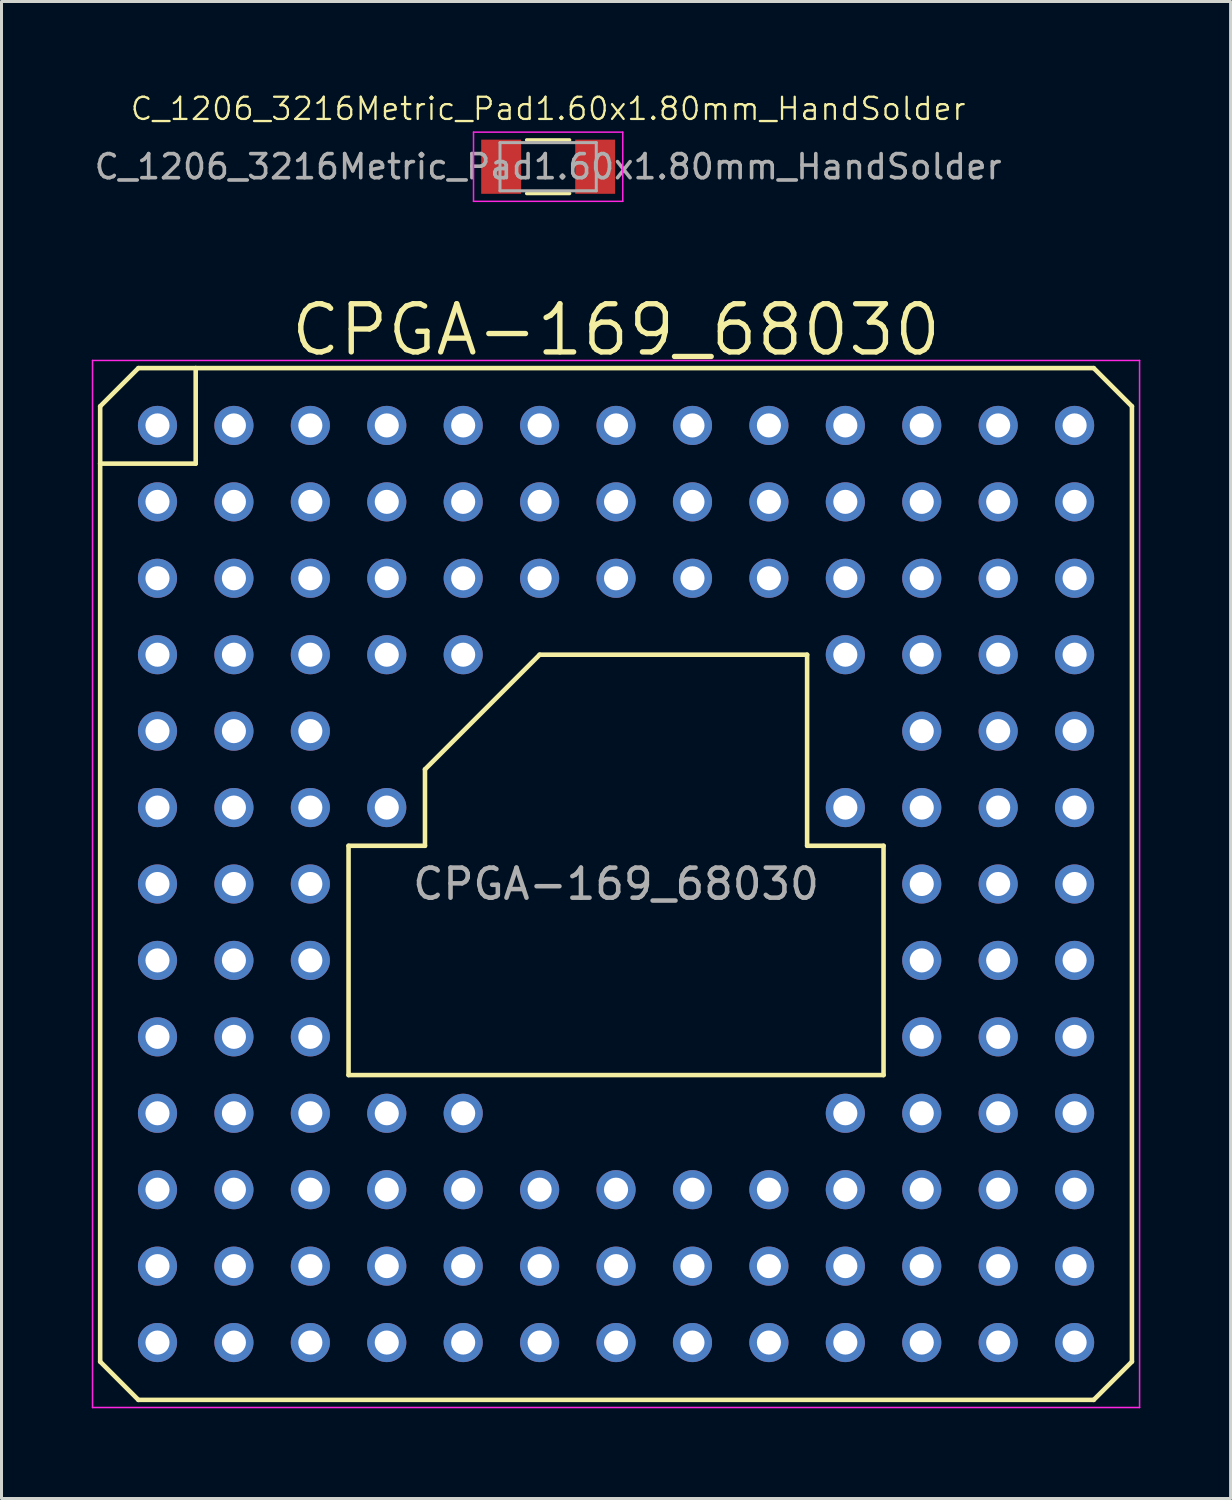
<source format=kicad_pcb>
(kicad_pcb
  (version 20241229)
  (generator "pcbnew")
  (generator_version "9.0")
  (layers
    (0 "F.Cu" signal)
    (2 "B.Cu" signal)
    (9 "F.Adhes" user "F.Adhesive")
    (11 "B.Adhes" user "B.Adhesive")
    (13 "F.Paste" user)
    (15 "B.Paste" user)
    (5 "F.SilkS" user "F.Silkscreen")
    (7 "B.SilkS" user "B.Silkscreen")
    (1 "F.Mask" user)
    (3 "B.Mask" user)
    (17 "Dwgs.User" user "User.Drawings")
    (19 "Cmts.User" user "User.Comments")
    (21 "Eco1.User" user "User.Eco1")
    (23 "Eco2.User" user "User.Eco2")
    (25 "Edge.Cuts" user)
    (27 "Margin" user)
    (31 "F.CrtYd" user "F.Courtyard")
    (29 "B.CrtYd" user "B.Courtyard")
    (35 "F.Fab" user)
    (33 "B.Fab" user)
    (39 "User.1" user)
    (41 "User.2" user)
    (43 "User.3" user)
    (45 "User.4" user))
  (footprint "CPGA-169_68030"
    (layer "F.Cu")
    (at 17.424 26.329)
    (property "Reference" "CPGA-169_68030" (at 0 -18.415 0) (layer "F.SilkS") (effects (font (size 1.6 1.6) (thickness 0.178))))
    (attr smd)
    (fp_line (start -17.145 -15.875) (end -15.875 -17.145) (stroke (width 0.152) (type solid)) (layer "F.SilkS"))
    (fp_line (start -17.145 -13.97) (end -17.145 -15.875) (stroke (width 0.152) (type solid)) (layer "F.SilkS"))
    (fp_line (start -17.145 15.875) (end -17.145 -13.97) (stroke (width 0.152) (type solid)) (layer "F.SilkS"))
    (fp_line (start -15.875 17.145) (end -17.145 15.875) (stroke (width 0.152) (type solid)) (layer "F.SilkS"))
    (fp_line (start -13.97 -17.145) (end -15.875 -17.145) (stroke (width 0.152) (type solid)) (layer "F.SilkS"))
    (fp_line (start -13.97 -17.145) (end 15.875 -17.145) (stroke (width 0.152) (type solid)) (layer "F.SilkS"))
    (fp_line (start -13.97 -13.97) (end -17.145 -13.97) (stroke (width 0.152) (type solid)) (layer "F.SilkS"))
    (fp_line (start -13.97 -13.97) (end -13.97 -17.145) (stroke (width 0.152) (type solid)) (layer "F.SilkS"))
    (fp_line (start -8.89 -1.27) (end -6.35 -1.27) (stroke (width 0.152) (type solid)) (layer "F.SilkS"))
    (fp_line (start -8.89 6.35) (end -8.89 -1.27) (stroke (width 0.152) (type solid)) (layer "F.SilkS"))
    (fp_line (start -6.35 -3.81) (end -2.54 -7.62) (stroke (width 0.152) (type solid)) (layer "F.SilkS"))
    (fp_line (start -6.35 -1.27) (end -6.35 -3.81) (stroke (width 0.152) (type solid)) (layer "F.SilkS"))
    (fp_line (start -2.54 -7.62) (end 6.35 -7.62) (stroke (width 0.152) (type solid)) (layer "F.SilkS"))
    (fp_line (start 6.35 -7.62) (end 6.35 -1.27) (stroke (width 0.152) (type solid)) (layer "F.SilkS"))
    (fp_line (start 6.35 -1.27) (end 8.89 -1.27) (stroke (width 0.152) (type solid)) (layer "F.SilkS"))
    (fp_line (start 8.89 -1.27) (end 8.89 6.35) (stroke (width 0.152) (type solid)) (layer "F.SilkS"))
    (fp_line (start 8.89 6.35) (end -8.89 6.35) (stroke (width 0.152) (type solid)) (layer "F.SilkS"))
    (fp_line (start 15.875 -17.145) (end 17.145 -15.875) (stroke (width 0.152) (type solid)) (layer "F.SilkS"))
    (fp_line (start 15.875 17.145) (end -15.875 17.145) (stroke (width 0.152) (type solid)) (layer "F.SilkS"))
    (fp_line (start 17.145 -15.875) (end 17.145 15.875) (stroke (width 0.152) (type solid)) (layer "F.SilkS"))
    (fp_line (start 17.145 15.875) (end 15.875 17.145) (stroke (width 0.152) (type solid)) (layer "F.SilkS"))
    (fp_line (start -17.399 -17.399) (end -17.399 17.399) (stroke (width 0.05) (type solid)) (layer "F.CrtYd"))
    (fp_line (start -17.399 17.399) (end 17.399 17.399) (stroke (width 0.05) (type solid)) (layer "F.CrtYd"))
    (fp_line (start 17.399 -17.399) (end -17.399 -17.399) (stroke (width 0.05) (type solid)) (layer "F.CrtYd"))
    (fp_line (start 17.399 17.399) (end 17.399 -17.399) (stroke (width 0.05) (type solid)) (layer "F.CrtYd"))
    (fp_text user "${REFERENCE}" (at 0 0 180) (layer "F.Fab") (effects (font (size 1 1) (thickness 0.15))))
    (pad "A1" thru_hole circle (at -15.24 -15.24) (size 1.3 1.3) (drill 0.8) (layers "*.Cu" "*.Mask"))
    (pad "A2" thru_hole circle (at -12.7 -15.24) (size 1.3 1.3) (drill 0.8) (layers "*.Cu" "*.Mask"))
    (pad "A3" thru_hole circle (at -10.16 -15.24) (size 1.3 1.3) (drill 0.8) (layers "*.Cu" "*.Mask"))
    (pad "A4" thru_hole circle (at -7.62 -15.24) (size 1.3 1.3) (drill 0.8) (layers "*.Cu" "*.Mask"))
    (pad "A5" thru_hole circle (at -5.08 -15.24) (size 1.3 1.3) (drill 0.8) (layers "*.Cu" "*.Mask"))
    (pad "A6" thru_hole circle (at -2.54 -15.24) (size 1.3 1.3) (drill 0.8) (layers "*.Cu" "*.Mask"))
    (pad "A7" thru_hole circle (at 0 -15.24) (size 1.3 1.3) (drill 0.8) (layers "*.Cu" "*.Mask"))
    (pad "A8" thru_hole circle (at 2.54 -15.24) (size 1.3 1.3) (drill 0.8) (layers "*.Cu" "*.Mask"))
    (pad "A9" thru_hole circle (at 5.08 -15.24) (size 1.3 1.3) (drill 0.8) (layers "*.Cu" "*.Mask"))
    (pad "A10" thru_hole circle (at 7.62 -15.24) (size 1.3 1.3) (drill 0.8) (layers "*.Cu" "*.Mask"))
    (pad "A11" thru_hole circle (at 10.16 -15.24) (size 1.3 1.3) (drill 0.8) (layers "*.Cu" "*.Mask"))
    (pad "A12" thru_hole circle (at 12.7 -15.24) (size 1.3 1.3) (drill 0.8) (layers "*.Cu" "*.Mask"))
    (pad "A13" thru_hole circle (at 15.24 -15.24) (size 1.3 1.3) (drill 0.8) (layers "*.Cu" "*.Mask"))
    (pad "B1" thru_hole circle (at -15.24 -12.7) (size 1.3 1.3) (drill 0.8) (layers "*.Cu" "*.Mask"))
    (pad "B2" thru_hole circle (at -12.7 -12.7) (size 1.3 1.3) (drill 0.8) (layers "*.Cu" "*.Mask"))
    (pad "B3" thru_hole circle (at -10.16 -12.7) (size 1.3 1.3) (drill 0.8) (layers "*.Cu" "*.Mask"))
    (pad "B4" thru_hole circle (at -7.62 -12.7) (size 1.3 1.3) (drill 0.8) (layers "*.Cu" "*.Mask"))
    (pad "B5" thru_hole circle (at -5.08 -12.7) (size 1.3 1.3) (drill 0.8) (layers "*.Cu" "*.Mask"))
    (pad "B6" thru_hole circle (at -2.54 -12.7) (size 1.3 1.3) (drill 0.8) (layers "*.Cu" "*.Mask"))
    (pad "B7" thru_hole circle (at 0 -12.7) (size 1.3 1.3) (drill 0.8) (layers "*.Cu" "*.Mask"))
    (pad "B8" thru_hole circle (at 2.54 -12.7) (size 1.3 1.3) (drill 0.8) (layers "*.Cu" "*.Mask"))
    (pad "B9" thru_hole circle (at 5.08 -12.7) (size 1.3 1.3) (drill 0.8) (layers "*.Cu" "*.Mask"))
    (pad "B10" thru_hole circle (at 7.62 -12.7) (size 1.3 1.3) (drill 0.8) (layers "*.Cu" "*.Mask"))
    (pad "B11" thru_hole circle (at 10.16 -12.7) (size 1.3 1.3) (drill 0.8) (layers "*.Cu" "*.Mask"))
    (pad "B12" thru_hole circle (at 12.7 -12.7) (size 1.3 1.3) (drill 0.8) (layers "*.Cu" "*.Mask"))
    (pad "B13" thru_hole circle (at 15.24 -12.7) (size 1.3 1.3) (drill 0.8) (layers "*.Cu" "*.Mask"))
    (pad "C1" thru_hole circle (at -15.24 -10.16) (size 1.3 1.3) (drill 0.8) (layers "*.Cu" "*.Mask"))
    (pad "C2" thru_hole circle (at -12.7 -10.16) (size 1.3 1.3) (drill 0.8) (layers "*.Cu" "*.Mask"))
    (pad "C3" thru_hole circle (at -10.16 -10.16) (size 1.3 1.3) (drill 0.8) (layers "*.Cu" "*.Mask"))
    (pad "C4" thru_hole circle (at -7.62 -10.16) (size 1.3 1.3) (drill 0.8) (layers "*.Cu" "*.Mask"))
    (pad "C5" thru_hole circle (at -5.08 -10.16) (size 1.3 1.3) (drill 0.8) (layers "*.Cu" "*.Mask"))
    (pad "C6" thru_hole circle (at -2.54 -10.16) (size 1.3 1.3) (drill 0.8) (layers "*.Cu" "*.Mask"))
    (pad "C7" thru_hole circle (at 0 -10.16) (size 1.3 1.3) (drill 0.8) (layers "*.Cu" "*.Mask"))
    (pad "C8" thru_hole circle (at 2.54 -10.16) (size 1.3 1.3) (drill 0.8) (layers "*.Cu" "*.Mask"))
    (pad "C9" thru_hole circle (at 5.08 -10.16) (size 1.3 1.3) (drill 0.8) (layers "*.Cu" "*.Mask"))
    (pad "C10" thru_hole circle (at 7.62 -10.16) (size 1.3 1.3) (drill 0.8) (layers "*.Cu" "*.Mask"))
    (pad "C11" thru_hole circle (at 10.16 -10.16) (size 1.3 1.3) (drill 0.8) (layers "*.Cu" "*.Mask"))
    (pad "C12" thru_hole circle (at 12.7 -10.16) (size 1.3 1.3) (drill 0.8) (layers "*.Cu" "*.Mask"))
    (pad "C13" thru_hole circle (at 15.24 -10.16) (size 1.3 1.3) (drill 0.8) (layers "*.Cu" "*.Mask"))
    (pad "D1" thru_hole circle (at -15.24 -7.62) (size 1.3 1.3) (drill 0.8) (layers "*.Cu" "*.Mask"))
    (pad "D2" thru_hole circle (at -12.7 -7.62) (size 1.3 1.3) (drill 0.8) (layers "*.Cu" "*.Mask"))
    (pad "D3" thru_hole circle (at -10.16 -7.62) (size 1.3 1.3) (drill 0.8) (layers "*.Cu" "*.Mask"))
    (pad "D4" thru_hole circle (at -7.62 -7.62) (size 1.3 1.3) (drill 0.8) (layers "*.Cu" "*.Mask"))
    (pad "D5" thru_hole circle (at -5.08 -7.62) (size 1.3 1.3) (drill 0.8) (layers "*.Cu" "*.Mask"))
    (pad "D10" thru_hole circle (at 7.62 -7.62) (size 1.3 1.3) (drill 0.8) (layers "*.Cu" "*.Mask"))
    (pad "D11" thru_hole circle (at 10.16 -7.62) (size 1.3 1.3) (drill 0.8) (layers "*.Cu" "*.Mask"))
    (pad "D12" thru_hole circle (at 12.7 -7.62) (size 1.3 1.3) (drill 0.8) (layers "*.Cu" "*.Mask"))
    (pad "D13" thru_hole circle (at 15.24 -7.62) (size 1.3 1.3) (drill 0.8) (layers "*.Cu" "*.Mask"))
    (pad "E1" thru_hole circle (at -15.24 -5.08) (size 1.3 1.3) (drill 0.8) (layers "*.Cu" "*.Mask"))
    (pad "E2" thru_hole circle (at -12.7 -5.08) (size 1.3 1.3) (drill 0.8) (layers "*.Cu" "*.Mask"))
    (pad "E3" thru_hole circle (at -10.16 -5.08) (size 1.3 1.3) (drill 0.8) (layers "*.Cu" "*.Mask"))
    (pad "E11" thru_hole circle (at 10.16 -5.08) (size 1.3 1.3) (drill 0.8) (layers "*.Cu" "*.Mask"))
    (pad "E12" thru_hole circle (at 12.7 -5.08) (size 1.3 1.3) (drill 0.8) (layers "*.Cu" "*.Mask"))
    (pad "E13" thru_hole circle (at 15.24 -5.08) (size 1.3 1.3) (drill 0.8) (layers "*.Cu" "*.Mask"))
    (pad "F1" thru_hole circle (at -15.24 -2.54) (size 1.3 1.3) (drill 0.8) (layers "*.Cu" "*.Mask"))
    (pad "F2" thru_hole circle (at -12.7 -2.54) (size 1.3 1.3) (drill 0.8) (layers "*.Cu" "*.Mask"))
    (pad "F3" thru_hole circle (at -10.16 -2.54) (size 1.3 1.3) (drill 0.8) (layers "*.Cu" "*.Mask"))
    (pad "F4" thru_hole circle (at -7.62 -2.54) (size 1.3 1.3) (drill 0.8) (layers "*.Cu" "*.Mask"))
    (pad "F10" thru_hole circle (at 7.62 -2.54) (size 1.3 1.3) (drill 0.8) (layers "*.Cu" "*.Mask"))
    (pad "F11" thru_hole circle (at 10.16 -2.54) (size 1.3 1.3) (drill 0.8) (layers "*.Cu" "*.Mask"))
    (pad "F12" thru_hole circle (at 12.7 -2.54) (size 1.3 1.3) (drill 0.8) (layers "*.Cu" "*.Mask"))
    (pad "F13" thru_hole circle (at 15.24 -2.54) (size 1.3 1.3) (drill 0.8) (layers "*.Cu" "*.Mask"))
    (pad "G1" thru_hole circle (at -15.24 0) (size 1.3 1.3) (drill 0.8) (layers "*.Cu" "*.Mask"))
    (pad "G2" thru_hole circle (at -12.7 0) (size 1.3 1.3) (drill 0.8) (layers "*.Cu" "*.Mask"))
    (pad "G3" thru_hole circle (at -10.16 0) (size 1.3 1.3) (drill 0.8) (layers "*.Cu" "*.Mask"))
    (pad "G11" thru_hole circle (at 10.16 0) (size 1.3 1.3) (drill 0.8) (layers "*.Cu" "*.Mask"))
    (pad "G12" thru_hole circle (at 12.7 0) (size 1.3 1.3) (drill 0.8) (layers "*.Cu" "*.Mask"))
    (pad "G13" thru_hole circle (at 15.24 0) (size 1.3 1.3) (drill 0.8) (layers "*.Cu" "*.Mask"))
    (pad "H1" thru_hole circle (at -15.24 2.54) (size 1.3 1.3) (drill 0.8) (layers "*.Cu" "*.Mask"))
    (pad "H2" thru_hole circle (at -12.7 2.54) (size 1.3 1.3) (drill 0.8) (layers "*.Cu" "*.Mask"))
    (pad "H3" thru_hole circle (at -10.16 2.54) (size 1.3 1.3) (drill 0.8) (layers "*.Cu" "*.Mask"))
    (pad "H11" thru_hole circle (at 10.16 2.54) (size 1.3 1.3) (drill 0.8) (layers "*.Cu" "*.Mask"))
    (pad "H12" thru_hole circle (at 12.7 2.54) (size 1.3 1.3) (drill 0.8) (layers "*.Cu" "*.Mask"))
    (pad "H13" thru_hole circle (at 15.24 2.54) (size 1.3 1.3) (drill 0.8) (layers "*.Cu" "*.Mask"))
    (pad "J1" thru_hole circle (at -15.24 5.08) (size 1.3 1.3) (drill 0.8) (layers "*.Cu" "*.Mask"))
    (pad "J2" thru_hole circle (at -12.7 5.08) (size 1.3 1.3) (drill 0.8) (layers "*.Cu" "*.Mask"))
    (pad "J3" thru_hole circle (at -10.16 5.08) (size 1.3 1.3) (drill 0.8) (layers "*.Cu" "*.Mask"))
    (pad "J11" thru_hole circle (at 10.16 5.08) (size 1.3 1.3) (drill 0.8) (layers "*.Cu" "*.Mask"))
    (pad "J12" thru_hole circle (at 12.7 5.08) (size 1.3 1.3) (drill 0.8) (layers "*.Cu" "*.Mask"))
    (pad "J13" thru_hole circle (at 15.24 5.08) (size 1.3 1.3) (drill 0.8) (layers "*.Cu" "*.Mask"))
    (pad "K1" thru_hole circle (at -15.24 7.62) (size 1.3 1.3) (drill 0.8) (layers "*.Cu" "*.Mask"))
    (pad "K2" thru_hole circle (at -12.7 7.62) (size 1.3 1.3) (drill 0.8) (layers "*.Cu" "*.Mask"))
    (pad "K3" thru_hole circle (at -10.16 7.62) (size 1.3 1.3) (drill 0.8) (layers "*.Cu" "*.Mask"))
    (pad "K4" thru_hole circle (at -7.62 7.62) (size 1.3 1.3) (drill 0.8) (layers "*.Cu" "*.Mask"))
    (pad "K5" thru_hole circle (at -5.08 7.62) (size 1.3 1.3) (drill 0.8) (layers "*.Cu" "*.Mask"))
    (pad "K10" thru_hole circle (at 7.62 7.62) (size 1.3 1.3) (drill 0.8) (layers "*.Cu" "*.Mask"))
    (pad "K11" thru_hole circle (at 10.16 7.62) (size 1.3 1.3) (drill 0.8) (layers "*.Cu" "*.Mask"))
    (pad "K12" thru_hole circle (at 12.7 7.62) (size 1.3 1.3) (drill 0.8) (layers "*.Cu" "*.Mask"))
    (pad "K13" thru_hole circle (at 15.24 7.62) (size 1.3 1.3) (drill 0.8) (layers "*.Cu" "*.Mask"))
    (pad "L1" thru_hole circle (at -15.24 10.16) (size 1.3 1.3) (drill 0.8) (layers "*.Cu" "*.Mask"))
    (pad "L2" thru_hole circle (at -12.7 10.16) (size 1.3 1.3) (drill 0.8) (layers "*.Cu" "*.Mask"))
    (pad "L3" thru_hole circle (at -10.16 10.16) (size 1.3 1.3) (drill 0.8) (layers "*.Cu" "*.Mask"))
    (pad "L4" thru_hole circle (at -7.62 10.16) (size 1.3 1.3) (drill 0.8) (layers "*.Cu" "*.Mask"))
    (pad "L5" thru_hole circle (at -5.08 10.16) (size 1.3 1.3) (drill 0.8) (layers "*.Cu" "*.Mask"))
    (pad "L6" thru_hole circle (at -2.54 10.16) (size 1.3 1.3) (drill 0.8) (layers "*.Cu" "*.Mask"))
    (pad "L7" thru_hole circle (at 0 10.16) (size 1.3 1.3) (drill 0.8) (layers "*.Cu" "*.Mask"))
    (pad "L8" thru_hole circle (at 2.54 10.16) (size 1.3 1.3) (drill 0.8) (layers "*.Cu" "*.Mask"))
    (pad "L9" thru_hole circle (at 5.08 10.16) (size 1.3 1.3) (drill 0.8) (layers "*.Cu" "*.Mask"))
    (pad "L10" thru_hole circle (at 7.62 10.16) (size 1.3 1.3) (drill 0.8) (layers "*.Cu" "*.Mask"))
    (pad "L11" thru_hole circle (at 10.16 10.16) (size 1.3 1.3) (drill 0.8) (layers "*.Cu" "*.Mask"))
    (pad "L12" thru_hole circle (at 12.7 10.16) (size 1.3 1.3) (drill 0.8) (layers "*.Cu" "*.Mask"))
    (pad "L13" thru_hole circle (at 15.24 10.16) (size 1.3 1.3) (drill 0.8) (layers "*.Cu" "*.Mask"))
    (pad "M1" thru_hole circle (at -15.24 12.7) (size 1.3 1.3) (drill 0.8) (layers "*.Cu" "*.Mask"))
    (pad "M2" thru_hole circle (at -12.7 12.7) (size 1.3 1.3) (drill 0.8) (layers "*.Cu" "*.Mask"))
    (pad "M3" thru_hole circle (at -10.16 12.7) (size 1.3 1.3) (drill 0.8) (layers "*.Cu" "*.Mask"))
    (pad "M4" thru_hole circle (at -7.62 12.7) (size 1.3 1.3) (drill 0.8) (layers "*.Cu" "*.Mask"))
    (pad "M5" thru_hole circle (at -5.08 12.7) (size 1.3 1.3) (drill 0.8) (layers "*.Cu" "*.Mask"))
    (pad "M6" thru_hole circle (at -2.54 12.7) (size 1.3 1.3) (drill 0.8) (layers "*.Cu" "*.Mask"))
    (pad "M7" thru_hole circle (at 0 12.7) (size 1.3 1.3) (drill 0.8) (layers "*.Cu" "*.Mask"))
    (pad "M8" thru_hole circle (at 2.54 12.7) (size 1.3 1.3) (drill 0.8) (layers "*.Cu" "*.Mask"))
    (pad "M9" thru_hole circle (at 5.08 12.7) (size 1.3 1.3) (drill 0.8) (layers "*.Cu" "*.Mask"))
    (pad "M10" thru_hole circle (at 7.62 12.7) (size 1.3 1.3) (drill 0.8) (layers "*.Cu" "*.Mask"))
    (pad "M11" thru_hole circle (at 10.16 12.7) (size 1.3 1.3) (drill 0.8) (layers "*.Cu" "*.Mask"))
    (pad "M12" thru_hole circle (at 12.7 12.7) (size 1.3 1.3) (drill 0.8) (layers "*.Cu" "*.Mask"))
    (pad "M13" thru_hole circle (at 15.24 12.7) (size 1.3 1.3) (drill 0.8) (layers "*.Cu" "*.Mask"))
    (pad "N1" thru_hole circle (at -15.24 15.24) (size 1.3 1.3) (drill 0.8) (layers "*.Cu" "*.Mask"))
    (pad "N2" thru_hole circle (at -12.7 15.24) (size 1.3 1.3) (drill 0.8) (layers "*.Cu" "*.Mask"))
    (pad "N3" thru_hole circle (at -10.16 15.24) (size 1.3 1.3) (drill 0.8) (layers "*.Cu" "*.Mask"))
    (pad "N4" thru_hole circle (at -7.62 15.24) (size 1.3 1.3) (drill 0.8) (layers "*.Cu" "*.Mask"))
    (pad "N5" thru_hole circle (at -5.08 15.24) (size 1.3 1.3) (drill 0.8) (layers "*.Cu" "*.Mask"))
    (pad "N6" thru_hole circle (at -2.54 15.24) (size 1.3 1.3) (drill 0.8) (layers "*.Cu" "*.Mask"))
    (pad "N7" thru_hole circle (at 0 15.24) (size 1.3 1.3) (drill 0.8) (layers "*.Cu" "*.Mask"))
    (pad "N8" thru_hole circle (at 2.54 15.24) (size 1.3 1.3) (drill 0.8) (layers "*.Cu" "*.Mask"))
    (pad "N9" thru_hole circle (at 5.08 15.24) (size 1.3 1.3) (drill 0.8) (layers "*.Cu" "*.Mask"))
    (pad "N10" thru_hole circle (at 7.62 15.24) (size 1.3 1.3) (drill 0.8) (layers "*.Cu" "*.Mask"))
    (pad "N11" thru_hole circle (at 10.16 15.24) (size 1.3 1.3) (drill 0.8) (layers "*.Cu" "*.Mask"))
    (pad "N12" thru_hole circle (at 12.7 15.24) (size 1.3 1.3) (drill 0.8) (layers "*.Cu" "*.Mask"))
    (pad "N13" thru_hole circle (at 15.24 15.24) (size 1.3 1.3) (drill 0.8) (layers "*.Cu" "*.Mask")))
  (footprint "C_1206_3216Metric_Pad1.60x1.80mm_HandSolder"
    (layer "F.Cu")
    (at 15.167 2.491)
    (property "Reference" "C_1206_3216Metric_Pad1.60x1.80mm_HandSolder" (at 0 -1.926 0) (layer "F.SilkS") (effects (font (size 0.737 0.737) (thickness 0.076))))
    (attr smd)
    (fp_line (start -0.711 -0.889) (end 0.711 -0.889) (stroke (width 0.12) (type solid)) (layer "F.SilkS"))
    (fp_line (start -0.711 0.889) (end 0.711 0.889) (stroke (width 0.12) (type solid)) (layer "F.SilkS"))
    (fp_line (start -2.48 -1.15) (end 2.48 -1.15) (stroke (width 0.05) (type solid)) (layer "F.CrtYd"))
    (fp_line (start -2.48 1.15) (end -2.48 -1.15) (stroke (width 0.05) (type solid)) (layer "F.CrtYd"))
    (fp_line (start 2.48 -1.15) (end 2.48 1.15) (stroke (width 0.05) (type solid)) (layer "F.CrtYd"))
    (fp_line (start 2.48 1.15) (end -2.48 1.15) (stroke (width 0.05) (type solid)) (layer "F.CrtYd"))
    (fp_line (start -1.6 -0.8) (end 1.6 -0.8) (stroke (width 0.1) (type solid)) (layer "F.Fab"))
    (fp_line (start -1.6 0.8) (end -1.6 -0.8) (stroke (width 0.1) (type solid)) (layer "F.Fab"))
    (fp_line (start 1.6 -0.8) (end 1.6 0.8) (stroke (width 0.1) (type solid)) (layer "F.Fab"))
    (fp_line (start 1.6 0.8) (end -1.6 0.8) (stroke (width 0.1) (type solid)) (layer "F.Fab"))
    (fp_text user "${REFERENCE}" (at 0 0 0) (layer "F.Fab") (effects (font (size 0.8 0.8) (thickness 0.12))))
    (pad "1" smd rect (at -1.562 0) (size 1.325 1.8) (layers "F.Cu" "F.Mask" "F.Paste"))
    (pad "2" smd rect (at 1.562 0) (size 1.325 1.8) (layers "F.Cu" "F.Mask" "F.Paste")))
  (gr_rect
    (start -3 -3)
    (end 37.848 46.753)
    (stroke (width 0.1) (type default))
    (fill no)
    (layer "Edge.Cuts")))
</source>
